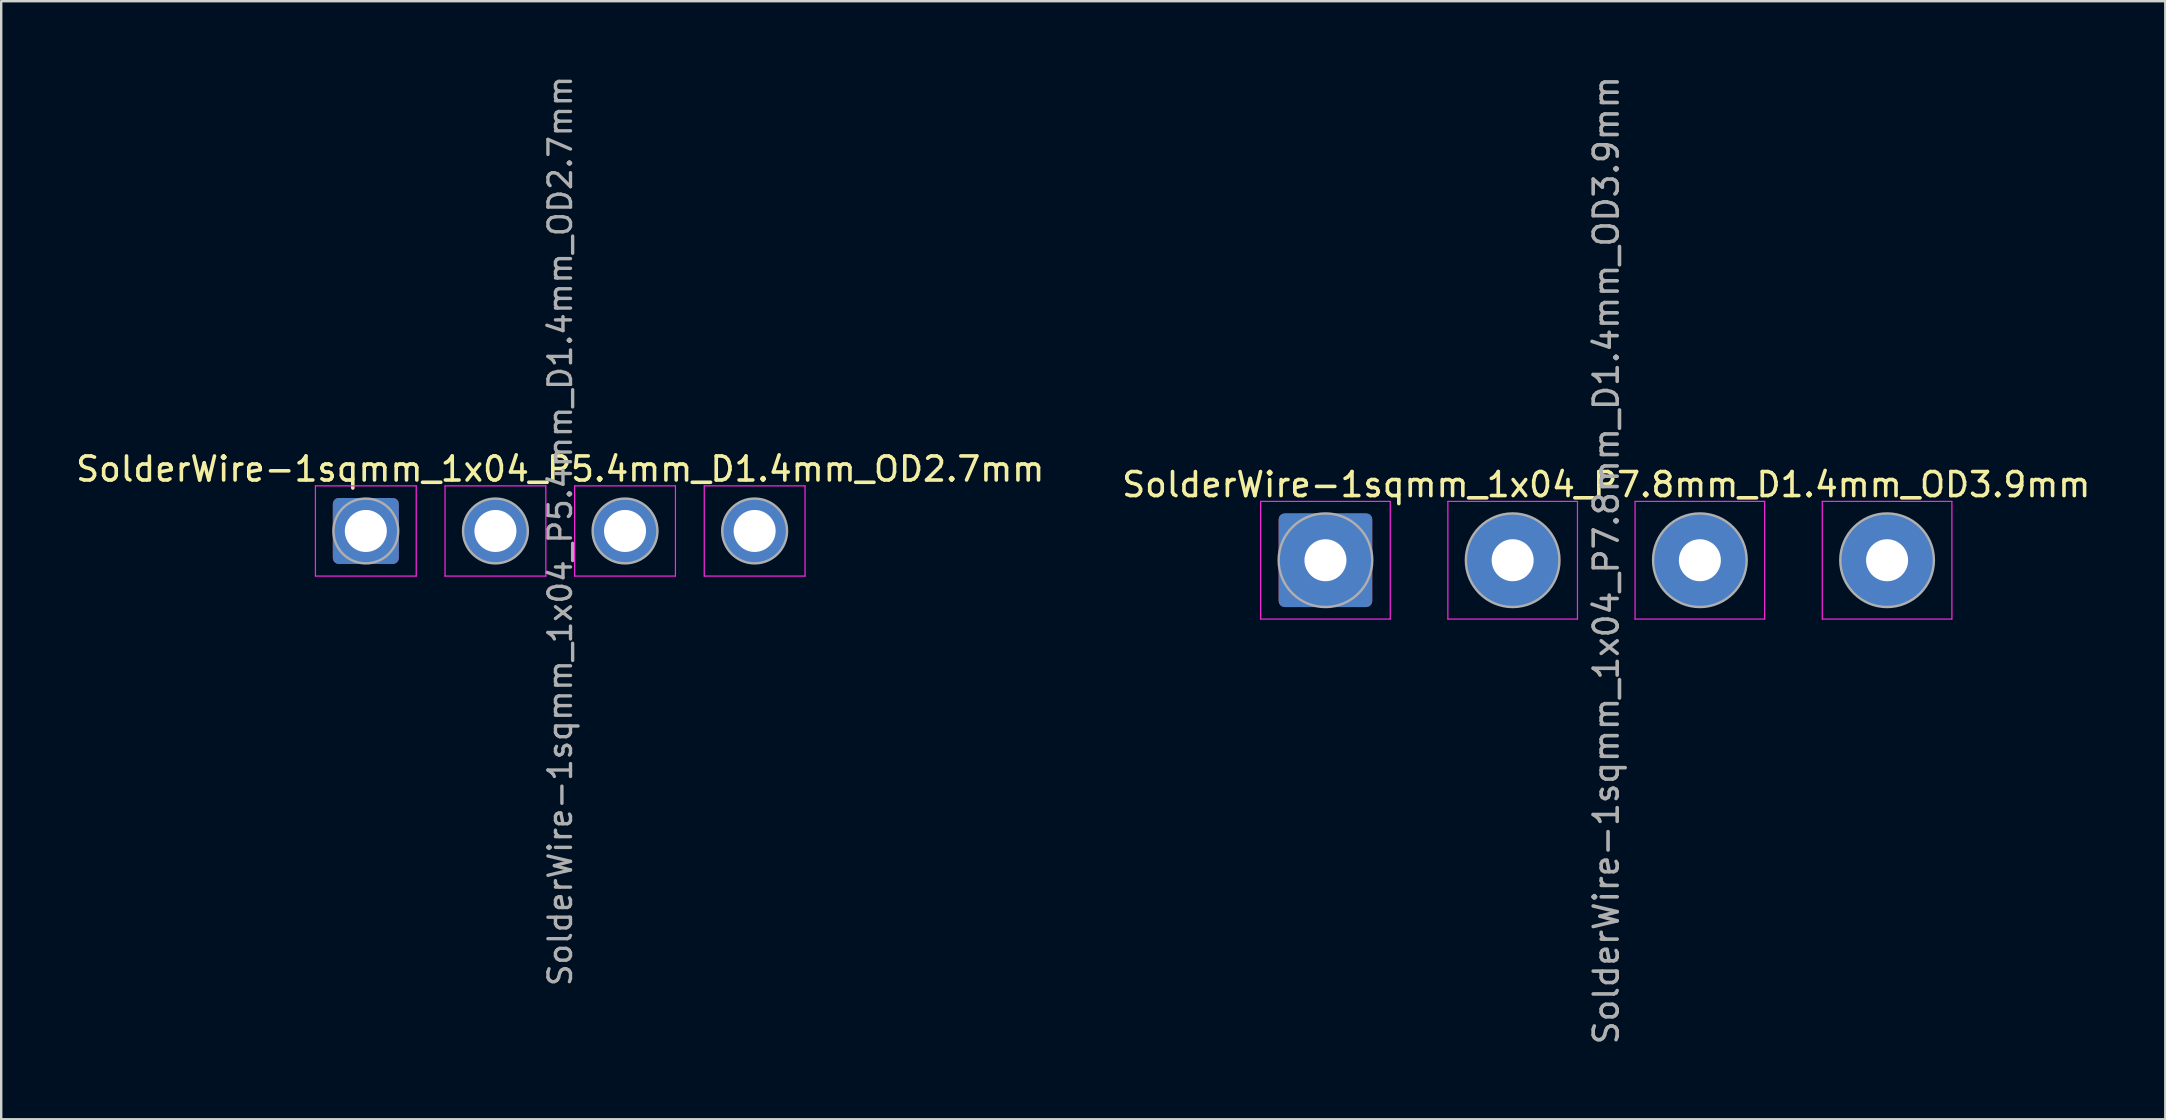
<source format=kicad_pcb>
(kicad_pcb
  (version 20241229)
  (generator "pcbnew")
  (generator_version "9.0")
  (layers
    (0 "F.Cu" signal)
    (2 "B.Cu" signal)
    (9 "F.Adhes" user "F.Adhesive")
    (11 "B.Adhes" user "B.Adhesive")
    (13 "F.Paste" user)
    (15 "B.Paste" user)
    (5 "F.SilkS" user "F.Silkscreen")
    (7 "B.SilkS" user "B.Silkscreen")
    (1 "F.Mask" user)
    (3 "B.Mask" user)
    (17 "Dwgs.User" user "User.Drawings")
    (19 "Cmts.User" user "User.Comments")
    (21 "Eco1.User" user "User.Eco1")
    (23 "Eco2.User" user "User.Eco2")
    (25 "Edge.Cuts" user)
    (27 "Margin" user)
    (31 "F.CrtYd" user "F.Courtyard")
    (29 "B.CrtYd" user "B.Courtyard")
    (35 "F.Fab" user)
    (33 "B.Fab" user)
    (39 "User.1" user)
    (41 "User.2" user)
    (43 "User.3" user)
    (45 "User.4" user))
  (footprint "SolderWire-1sqmm_1x04_P5.4mm_D1.4mm_OD2.7mm"
    (layer "F.Cu")
    (at 12.192 19.073)
    (property "Reference" "SolderWire-1sqmm_1x04_P5.4mm_D1.4mm_OD2.7mm" (at 8.1 -2.58 0) (layer "F.SilkS") (effects (font (size 1 1) (thickness 0.15))))
    (attr exclude_from_pos_files exclude_from_bom)
    (fp_line (start -2.1 -1.88) (end -2.1 1.88) (stroke (width 0.05) (type solid)) (layer "F.CrtYd"))
    (fp_line (start -2.1 1.88) (end 2.1 1.88) (stroke (width 0.05) (type solid)) (layer "F.CrtYd"))
    (fp_line (start 2.1 -1.88) (end -2.1 -1.88) (stroke (width 0.05) (type solid)) (layer "F.CrtYd"))
    (fp_line (start 2.1 1.88) (end 2.1 -1.88) (stroke (width 0.05) (type solid)) (layer "F.CrtYd"))
    (fp_line (start 3.3 -1.88) (end 3.3 1.88) (stroke (width 0.05) (type solid)) (layer "F.CrtYd"))
    (fp_line (start 3.3 1.88) (end 7.5 1.88) (stroke (width 0.05) (type solid)) (layer "F.CrtYd"))
    (fp_line (start 7.5 -1.88) (end 3.3 -1.88) (stroke (width 0.05) (type solid)) (layer "F.CrtYd"))
    (fp_line (start 7.5 1.88) (end 7.5 -1.88) (stroke (width 0.05) (type solid)) (layer "F.CrtYd"))
    (fp_line (start 8.7 -1.88) (end 8.7 1.88) (stroke (width 0.05) (type solid)) (layer "F.CrtYd"))
    (fp_line (start 8.7 1.88) (end 12.9 1.88) (stroke (width 0.05) (type solid)) (layer "F.CrtYd"))
    (fp_line (start 12.9 -1.88) (end 8.7 -1.88) (stroke (width 0.05) (type solid)) (layer "F.CrtYd"))
    (fp_line (start 12.9 1.88) (end 12.9 -1.88) (stroke (width 0.05) (type solid)) (layer "F.CrtYd"))
    (fp_line (start 14.1 -1.88) (end 14.1 1.88) (stroke (width 0.05) (type solid)) (layer "F.CrtYd"))
    (fp_line (start 14.1 1.88) (end 18.3 1.88) (stroke (width 0.05) (type solid)) (layer "F.CrtYd"))
    (fp_line (start 18.3 -1.88) (end 14.1 -1.88) (stroke (width 0.05) (type solid)) (layer "F.CrtYd"))
    (fp_line (start 18.3 1.88) (end 18.3 -1.88) (stroke (width 0.05) (type solid)) (layer "F.CrtYd"))
    (fp_circle (center 0 0) (end 1.35 0) (stroke (width 0.1) (type solid)) (fill no) (layer "F.Fab"))
    (fp_circle (center 5.4 0) (end 6.75 0) (stroke (width 0.1) (type solid)) (fill no) (layer "F.Fab"))
    (fp_circle (center 10.8 0) (end 12.15 0) (stroke (width 0.1) (type solid)) (fill no) (layer "F.Fab"))
    (fp_circle (center 16.2 0) (end 17.55 0) (stroke (width 0.1) (type solid)) (fill no) (layer "F.Fab"))
    (fp_text user "${REFERENCE}" (at 8.1 0 90) (layer "F.Fab") (effects (font (size 0.94 0.94) (thickness 0.14))))
    (pad "1" thru_hole roundrect (at 0 0) (size 2.75 2.75) (drill 1.75) (layers "*.Cu" "*.Mask") (roundrect_rratio 0.091))
    (pad "2" thru_hole circle (at 5.4 0) (size 2.75 2.75) (drill 1.75) (layers "*.Cu" "*.Mask"))
    (pad "3" thru_hole circle (at 10.8 0) (size 2.75 2.75) (drill 1.75) (layers "*.Cu" "*.Mask"))
    (pad "4" thru_hole circle (at 16.2 0) (size 2.75 2.75) (drill 1.75) (layers "*.Cu" "*.Mask")))
  (footprint "SolderWire-1sqmm_1x04_P7.8mm_D1.4mm_OD3.9mm"
    (layer "F.Cu")
    (at 52.175 20.292)
    (property "Reference" "SolderWire-1sqmm_1x04_P7.8mm_D1.4mm_OD3.9mm" (at 11.7 -3.15 0) (layer "F.SilkS") (effects (font (size 1 1) (thickness 0.15))))
    (attr exclude_from_pos_files exclude_from_bom)
    (fp_line (start -2.7 -2.45) (end -2.7 2.45) (stroke (width 0.05) (type solid)) (layer "F.CrtYd"))
    (fp_line (start -2.7 2.45) (end 2.7 2.45) (stroke (width 0.05) (type solid)) (layer "F.CrtYd"))
    (fp_line (start 2.7 -2.45) (end -2.7 -2.45) (stroke (width 0.05) (type solid)) (layer "F.CrtYd"))
    (fp_line (start 2.7 2.45) (end 2.7 -2.45) (stroke (width 0.05) (type solid)) (layer "F.CrtYd"))
    (fp_line (start 5.1 -2.45) (end 5.1 2.45) (stroke (width 0.05) (type solid)) (layer "F.CrtYd"))
    (fp_line (start 5.1 2.45) (end 10.5 2.45) (stroke (width 0.05) (type solid)) (layer "F.CrtYd"))
    (fp_line (start 10.5 -2.45) (end 5.1 -2.45) (stroke (width 0.05) (type solid)) (layer "F.CrtYd"))
    (fp_line (start 10.5 2.45) (end 10.5 -2.45) (stroke (width 0.05) (type solid)) (layer "F.CrtYd"))
    (fp_line (start 12.9 -2.45) (end 12.9 2.45) (stroke (width 0.05) (type solid)) (layer "F.CrtYd"))
    (fp_line (start 12.9 2.45) (end 18.3 2.45) (stroke (width 0.05) (type solid)) (layer "F.CrtYd"))
    (fp_line (start 18.3 -2.45) (end 12.9 -2.45) (stroke (width 0.05) (type solid)) (layer "F.CrtYd"))
    (fp_line (start 18.3 2.45) (end 18.3 -2.45) (stroke (width 0.05) (type solid)) (layer "F.CrtYd"))
    (fp_line (start 20.7 -2.45) (end 20.7 2.45) (stroke (width 0.05) (type solid)) (layer "F.CrtYd"))
    (fp_line (start 20.7 2.45) (end 26.1 2.45) (stroke (width 0.05) (type solid)) (layer "F.CrtYd"))
    (fp_line (start 26.1 -2.45) (end 20.7 -2.45) (stroke (width 0.05) (type solid)) (layer "F.CrtYd"))
    (fp_line (start 26.1 2.45) (end 26.1 -2.45) (stroke (width 0.05) (type solid)) (layer "F.CrtYd"))
    (fp_circle (center 0 0) (end 1.95 0) (stroke (width 0.1) (type solid)) (fill no) (layer "F.Fab"))
    (fp_circle (center 7.8 0) (end 9.75 0) (stroke (width 0.1) (type solid)) (fill no) (layer "F.Fab"))
    (fp_circle (center 15.6 0) (end 17.55 0) (stroke (width 0.1) (type solid)) (fill no) (layer "F.Fab"))
    (fp_circle (center 23.4 0) (end 25.35 0) (stroke (width 0.1) (type solid)) (fill no) (layer "F.Fab"))
    (fp_text user "${REFERENCE}" (at 11.7 0 90) (layer "F.Fab") (effects (font (size 1 1) (thickness 0.15))))
    (pad "1" thru_hole roundrect (at 0 0) (size 3.9 3.9) (drill 1.75) (layers "*.Cu" "*.Mask") (roundrect_rratio 0.064))
    (pad "2" thru_hole circle (at 7.8 0) (size 3.9 3.9) (drill 1.75) (layers "*.Cu" "*.Mask"))
    (pad "3" thru_hole circle (at 15.6 0) (size 3.9 3.9) (drill 1.75) (layers "*.Cu" "*.Mask"))
    (pad "4" thru_hole circle (at 23.4 0) (size 3.9 3.9) (drill 1.75) (layers "*.Cu" "*.Mask")))
  (gr_rect
    (start -3 -3)
    (end 87.167 43.583)
    (stroke (width 0.1) (type default))
    (fill no)
    (layer "Edge.Cuts")))
</source>
